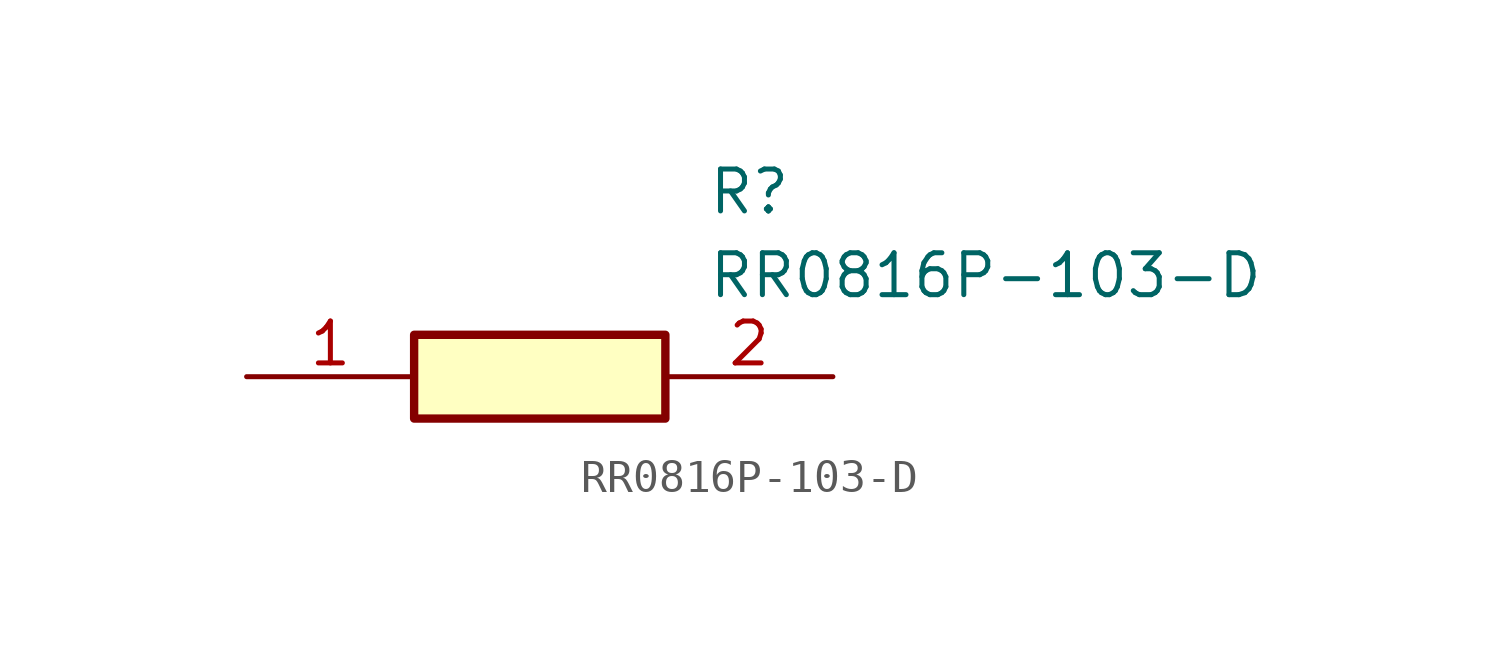
<source format=kicad_sym>
(kicad_symbol_lib
  (version 20211014)
  (generator SamacSys_ECAD_Model)
  (symbol "RR0816P-103-D"
    (pin_names hide)
    (property "Reference" "R"
      (at 13.97 6.35 0)
      (effects (font (size 1.27 1.27)) (justify left top)))
    (property "Value" "RR0816P-103-D"
      (at 13.97 3.81 0)
      (effects (font (size 1.27 1.27)) (justify left top)))
    (rectangle
      (start 5.08 1.27)
      (end 12.7 -1.27)
      (stroke (width 0.254) (type default))
      (fill (type background)))
    (pin passive line
      (at 0 0 0)
      (length 5.08)
      (name "R1" (effects (font (size 1.27 1.27))))
      (number "1" (effects (font (size 1.27 1.27)))))
    (pin passive line
      (at 17.78 0 180)
      (length 5.08)
      (name "R2" (effects (font (size 1.27 1.27))))
      (number "2" (effects (font (size 1.27 1.27)))))))
</source>
